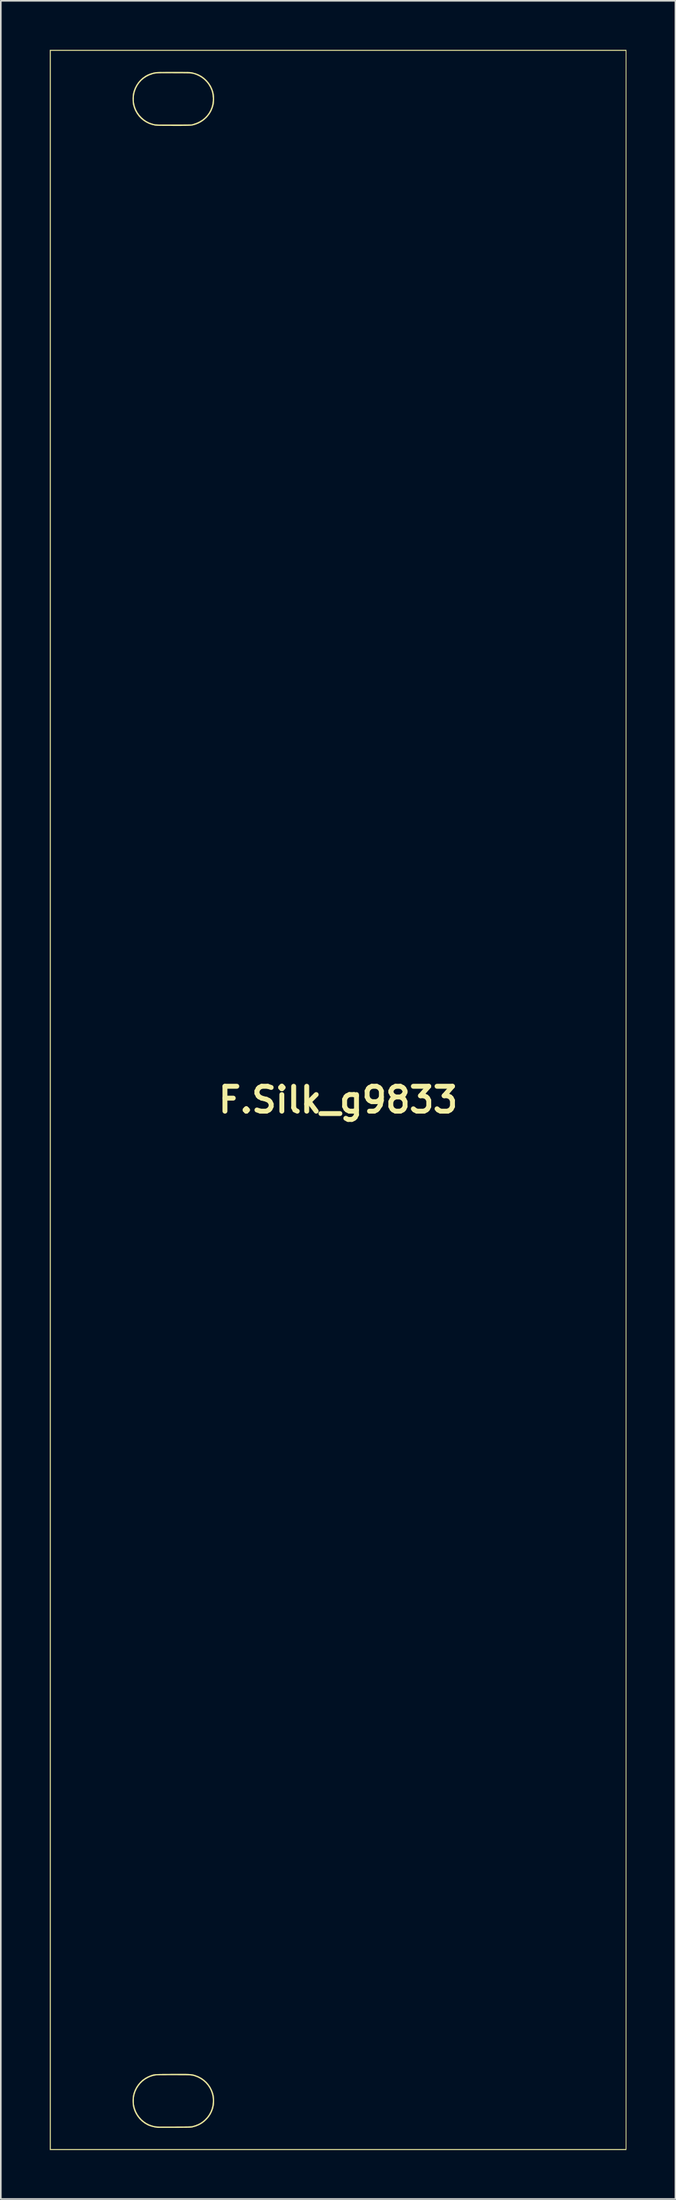
<source format=kicad_pcb>
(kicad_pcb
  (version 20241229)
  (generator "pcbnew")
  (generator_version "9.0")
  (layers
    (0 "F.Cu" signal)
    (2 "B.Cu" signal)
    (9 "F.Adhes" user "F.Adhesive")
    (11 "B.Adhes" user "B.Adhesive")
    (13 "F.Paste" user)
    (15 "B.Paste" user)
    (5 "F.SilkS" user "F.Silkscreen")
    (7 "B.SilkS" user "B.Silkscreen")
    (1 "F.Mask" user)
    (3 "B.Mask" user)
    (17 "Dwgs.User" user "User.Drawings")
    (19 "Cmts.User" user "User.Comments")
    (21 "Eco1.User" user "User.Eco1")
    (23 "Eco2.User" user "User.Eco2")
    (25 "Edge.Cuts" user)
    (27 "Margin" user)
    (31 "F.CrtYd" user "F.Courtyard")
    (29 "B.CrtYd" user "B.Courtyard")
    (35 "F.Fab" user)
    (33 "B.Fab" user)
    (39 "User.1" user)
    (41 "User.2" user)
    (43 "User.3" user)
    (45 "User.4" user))
  (footprint "F.Silk_g9833"
    (layer "F.Cu")
    (at 17.658 64.254)
    (property "Reference" "F.Silk_g9833" (at 0 0 0) (layer "F.SilkS") (effects (font (size 1.524 1.524) (thickness 0.3))))
    (attr through_hole)
    (fp_poly (pts (xy 17.653 64.249) (xy -17.653 64.249) (xy -17.653 -64.198) (xy -17.602 -64.198) (xy -17.602 64.198) (xy 17.615 64.198) (xy 17.615 -64.198) (xy -17.602 -64.198) (xy -17.653 -64.198) (xy -17.653 -64.249) (xy 17.653 -64.249) (xy 17.653 64.249)) (stroke (width 0.01) (type solid)) (fill yes) (layer "F.SilkS"))
    (fp_poly (pts (xy -9.892 -62.897) (xy -9.73 -62.897) (xy -9.59 -62.897) (xy -9.469 -62.896) (xy -9.367 -62.896) (xy -9.281 -62.895) (xy -9.209 -62.894) (xy -9.149 -62.893) (xy -9.101 -62.891) (xy -9.061 -62.889) (xy -9.028 -62.886) (xy -9.001 -62.883) (xy -8.976 -62.88) (xy -8.953 -62.875) (xy -8.93 -62.871) (xy -8.916 -62.867) (xy -8.718 -62.813) (xy -8.536 -62.74) (xy -8.368 -62.648) (xy -8.211 -62.535) (xy -8.064 -62.399) (xy -8.055 -62.39) (xy -7.921 -62.235) (xy -7.809 -62.066) (xy -7.72 -61.885) (xy -7.653 -61.694) (xy -7.613 -61.512) (xy -7.603 -61.426) (xy -7.598 -61.324) (xy -7.598 -61.215) (xy -7.603 -61.105) (xy -7.611 -61.004) (xy -7.625 -60.918) (xy -7.626 -60.909) (xy -7.683 -60.709) (xy -7.761 -60.521) (xy -7.862 -60.346) (xy -7.985 -60.183) (xy -8.071 -60.089) (xy -8.223 -59.953) (xy -8.389 -59.838) (xy -8.567 -59.745) (xy -8.743 -59.678) (xy -8.785 -59.665) (xy -8.825 -59.653) (xy -8.864 -59.643) (xy -8.903 -59.634) (xy -8.945 -59.627) (xy -8.992 -59.62) (xy -9.046 -59.615) (xy -9.108 -59.611) (xy -9.181 -59.608) (xy -9.266 -59.606) (xy -9.365 -59.604) (xy -9.481 -59.603) (xy -9.615 -59.602) (xy -9.768 -59.602) (xy -9.944 -59.602) (xy -10.103 -59.602) (xy -10.303 -59.603) (xy -10.479 -59.603) (xy -10.633 -59.604) (xy -10.765 -59.605) (xy -10.877 -59.607) (xy -10.971 -59.608) (xy -11.047 -59.61) (xy -11.108 -59.613) (xy -11.153 -59.615) (xy -11.186 -59.619) (xy -11.195 -59.62) (xy -11.393 -59.664) (xy -11.582 -59.73) (xy -11.759 -59.817) (xy -11.923 -59.924) (xy -12.072 -60.048) (xy -12.206 -60.189) (xy -12.322 -60.345) (xy -12.419 -60.514) (xy -12.496 -60.696) (xy -12.552 -60.888) (xy -12.567 -60.966) (xy -12.578 -61.055) (xy -12.584 -61.158) (xy -12.586 -61.269) (xy -12.586 -61.272) (xy -12.515 -61.272) (xy -12.514 -61.169) (xy -12.509 -61.074) (xy -12.5 -60.994) (xy -12.498 -60.985) (xy -12.451 -60.789) (xy -12.38 -60.603) (xy -12.287 -60.428) (xy -12.171 -60.265) (xy -12.053 -60.134) (xy -11.903 -60.001) (xy -11.744 -59.891) (xy -11.574 -59.804) (xy -11.39 -59.738) (xy -11.246 -59.702) (xy -11.224 -59.698) (xy -11.201 -59.694) (xy -11.175 -59.691) (xy -11.145 -59.689) (xy -11.108 -59.687) (xy -11.062 -59.685) (xy -11.007 -59.683) (xy -10.94 -59.682) (xy -10.859 -59.681) (xy -10.763 -59.681) (xy -10.649 -59.681) (xy -10.517 -59.681) (xy -10.364 -59.681) (xy -10.189 -59.681) (xy -10.058 -59.682) (xy -8.985 -59.684) (xy -8.862 -59.718) (xy -8.664 -59.784) (xy -8.481 -59.871) (xy -8.313 -59.976) (xy -8.162 -60.099) (xy -8.029 -60.239) (xy -7.914 -60.395) (xy -7.819 -60.566) (xy -7.745 -60.752) (xy -7.741 -60.763) (xy -7.697 -60.936) (xy -7.673 -61.118) (xy -7.67 -61.304) (xy -7.686 -61.489) (xy -7.721 -61.667) (xy -7.755 -61.776) (xy -7.833 -61.956) (xy -7.932 -62.125) (xy -8.05 -62.28) (xy -8.186 -62.419) (xy -8.337 -62.54) (xy -8.503 -62.642) (xy -8.68 -62.724) (xy -8.75 -62.749) (xy -8.788 -62.761) (xy -8.822 -62.772) (xy -8.854 -62.781) (xy -8.886 -62.789) (xy -8.92 -62.796) (xy -8.957 -62.802) (xy -9.001 -62.807) (xy -9.052 -62.811) (xy -9.112 -62.814) (xy -9.184 -62.816) (xy -9.27 -62.818) (xy -9.371 -62.819) (xy -9.489 -62.821) (xy -9.626 -62.821) (xy -9.785 -62.822) (xy -9.967 -62.823) (xy -10.008 -62.823) (xy -10.206 -62.824) (xy -10.381 -62.825) (xy -10.535 -62.825) (xy -10.669 -62.825) (xy -10.784 -62.824) (xy -10.884 -62.823) (xy -10.969 -62.821) (xy -11.042 -62.818) (xy -11.104 -62.814) (xy -11.157 -62.81) (xy -11.204 -62.804) (xy -11.245 -62.797) (xy -11.284 -62.789) (xy -11.321 -62.78) (xy -11.358 -62.77) (xy -11.364 -62.768) (xy -11.559 -62.699) (xy -11.738 -62.61) (xy -11.902 -62.502) (xy -12.048 -62.376) (xy -12.178 -62.232) (xy -12.288 -62.072) (xy -12.379 -61.897) (xy -12.45 -61.708) (xy -12.492 -61.544) (xy -12.503 -61.468) (xy -12.511 -61.374) (xy -12.515 -61.272) (xy -12.586 -61.272) (xy -12.583 -61.378) (xy -12.575 -61.477) (xy -12.567 -61.534) (xy -12.52 -61.728) (xy -12.45 -61.915) (xy -12.359 -62.091) (xy -12.248 -62.256) (xy -12.118 -62.406) (xy -11.971 -62.54) (xy -11.809 -62.655) (xy -11.684 -62.725) (xy -11.601 -62.762) (xy -11.503 -62.799) (xy -11.397 -62.833) (xy -11.293 -62.86) (xy -11.233 -62.873) (xy -11.209 -62.877) (xy -11.183 -62.881) (xy -11.155 -62.884) (xy -11.123 -62.887) (xy -11.084 -62.889) (xy -11.036 -62.891) (xy -10.979 -62.893) (xy -10.91 -62.894) (xy -10.827 -62.895) (xy -10.728 -62.896) (xy -10.612 -62.896) (xy -10.476 -62.897) (xy -10.32 -62.897) (xy -10.14 -62.897) (xy -10.077 -62.897) (xy -9.892 -62.897)) (stroke (width 0.01) (type solid)) (fill yes) (layer "F.SilkS"))
    (fp_poly (pts (xy -9.491 59.603) (xy -9.375 59.604) (xy -9.276 59.605) (xy -9.19 59.607) (xy -9.117 59.61) (xy -9.054 59.614) (xy -9 59.619) (xy -8.953 59.625) (xy -8.91 59.632) (xy -8.871 59.641) (xy -8.832 59.651) (xy -8.793 59.662) (xy -8.752 59.675) (xy -8.743 59.678) (xy -8.552 59.752) (xy -8.375 59.847) (xy -8.212 59.962) (xy -8.065 60.094) (xy -7.935 60.243) (xy -7.823 60.408) (xy -7.732 60.586) (xy -7.661 60.777) (xy -7.626 60.909) (xy -7.613 60.992) (xy -7.603 61.092) (xy -7.598 61.201) (xy -7.598 61.311) (xy -7.602 61.414) (xy -7.611 61.503) (xy -7.613 61.512) (xy -7.658 61.712) (xy -7.727 61.902) (xy -7.819 62.081) (xy -7.932 62.249) (xy -8.055 62.39) (xy -8.203 62.528) (xy -8.36 62.643) (xy -8.529 62.737) (xy -8.711 62.811) (xy -8.909 62.866) (xy -8.933 62.872) (xy -8.956 62.876) (xy -8.979 62.88) (xy -9.006 62.883) (xy -9.037 62.886) (xy -9.074 62.889) (xy -9.12 62.891) (xy -9.176 62.892) (xy -9.245 62.893) (xy -9.327 62.894) (xy -9.425 62.895) (xy -9.541 62.896) (xy -9.676 62.896) (xy -9.833 62.897) (xy -10.014 62.897) (xy -10.033 62.897) (xy -10.191 62.898) (xy -10.342 62.898) (xy -10.485 62.898) (xy -10.617 62.898) (xy -10.737 62.898) (xy -10.841 62.897) (xy -10.929 62.897) (xy -10.998 62.897) (xy -11.047 62.896) (xy -11.072 62.895) (xy -11.074 62.895) (xy -11.205 62.876) (xy -11.339 62.847) (xy -11.47 62.81) (xy -11.59 62.768) (xy -11.677 62.729) (xy -11.851 62.628) (xy -12.01 62.507) (xy -12.153 62.369) (xy -12.279 62.215) (xy -12.385 62.047) (xy -12.471 61.868) (xy -12.535 61.68) (xy -12.566 61.538) (xy -12.579 61.44) (xy -12.585 61.327) (xy -12.586 61.216) (xy -12.514 61.216) (xy -12.513 61.308) (xy -12.51 61.395) (xy -12.505 61.47) (xy -12.498 61.517) (xy -12.448 61.714) (xy -12.377 61.899) (xy -12.286 62.072) (xy -12.176 62.23) (xy -12.049 62.373) (xy -11.907 62.498) (xy -11.749 62.606) (xy -11.579 62.693) (xy -11.397 62.759) (xy -11.259 62.793) (xy -11.231 62.799) (xy -11.207 62.803) (xy -11.182 62.807) (xy -11.157 62.811) (xy -11.128 62.814) (xy -11.095 62.816) (xy -11.054 62.818) (xy -11.005 62.82) (xy -10.946 62.821) (xy -10.875 62.821) (xy -10.789 62.822) (xy -10.688 62.822) (xy -10.569 62.822) (xy -10.43 62.822) (xy -10.27 62.822) (xy -10.087 62.821) (xy -10.039 62.821) (xy -9.85 62.82) (xy -9.685 62.82) (xy -9.541 62.819) (xy -9.418 62.818) (xy -9.313 62.817) (xy -9.226 62.816) (xy -9.153 62.815) (xy -9.093 62.813) (xy -9.045 62.811) (xy -9.007 62.809) (xy -8.977 62.806) (xy -8.953 62.803) (xy -8.934 62.799) (xy -8.928 62.798) (xy -8.746 62.745) (xy -8.583 62.682) (xy -8.436 62.606) (xy -8.301 62.514) (xy -8.172 62.406) (xy -8.158 62.392) (xy -8.02 62.244) (xy -7.905 62.085) (xy -7.812 61.914) (xy -7.741 61.73) (xy -7.696 61.555) (xy -7.681 61.46) (xy -7.672 61.349) (xy -7.669 61.233) (xy -7.672 61.12) (xy -7.681 61.021) (xy -7.683 61.004) (xy -7.726 60.812) (xy -7.791 60.629) (xy -7.878 60.456) (xy -7.985 60.296) (xy -8.11 60.151) (xy -8.252 60.021) (xy -8.41 59.91) (xy -8.581 59.818) (xy -8.743 59.754) (xy -8.784 59.741) (xy -8.821 59.729) (xy -8.858 59.719) (xy -8.895 59.71) (xy -8.934 59.703) (xy -8.978 59.697) (xy -9.028 59.691) (xy -9.086 59.687) (xy -9.155 59.684) (xy -9.235 59.682) (xy -9.329 59.68) (xy -9.439 59.679) (xy -9.567 59.678) (xy -9.714 59.678) (xy -9.882 59.677) (xy -10.074 59.677) (xy -10.098 59.677) (xy -10.283 59.677) (xy -10.445 59.677) (xy -10.586 59.678) (xy -10.706 59.678) (xy -10.809 59.679) (xy -10.896 59.68) (xy -10.968 59.681) (xy -11.027 59.682) (xy -11.077 59.684) (xy -11.117 59.686) (xy -11.151 59.689) (xy -11.179 59.692) (xy -11.205 59.696) (xy -11.229 59.7) (xy -11.236 59.701) (xy -11.347 59.726) (xy -11.445 59.755) (xy -11.541 59.791) (xy -11.646 59.84) (xy -11.652 59.843) (xy -11.819 59.939) (xy -11.971 60.055) (xy -12.108 60.189) (xy -12.228 60.34) (xy -12.33 60.504) (xy -12.412 60.68) (xy -12.473 60.867) (xy -12.498 60.985) (xy -12.506 61.048) (xy -12.511 61.127) (xy -12.514 61.216) (xy -12.586 61.216) (xy -12.586 61.208) (xy -12.581 61.091) (xy -12.57 60.987) (xy -12.566 60.965) (xy -12.521 60.772) (xy -12.452 60.588) (xy -12.363 60.413) (xy -12.253 60.251) (xy -12.126 60.103) (xy -11.983 59.97) (xy -11.824 59.855) (xy -11.653 59.76) (xy -11.469 59.686) (xy -11.468 59.685) (xy -11.428 59.672) (xy -11.392 59.66) (xy -11.358 59.65) (xy -11.325 59.641) (xy -11.291 59.634) (xy -11.253 59.628) (xy -11.21 59.622) (xy -11.16 59.618) (xy -11.101 59.615) (xy -11.031 59.612) (xy -10.948 59.61) (xy -10.851 59.609) (xy -10.737 59.607) (xy -10.604 59.607) (xy -10.451 59.606) (xy -10.276 59.605) (xy -10.152 59.604) (xy -9.953 59.604) (xy -9.778 59.603) (xy -9.625 59.603) (xy -9.491 59.603)) (stroke (width 0.01) (type solid)) (fill yes) (layer "F.SilkS")))
  (gr_rect
    (start -3 -3)
    (end 38.316 131.509)
    (stroke (width 0.1) (type default))
    (fill no)
    (layer "Edge.Cuts")))
</source>
